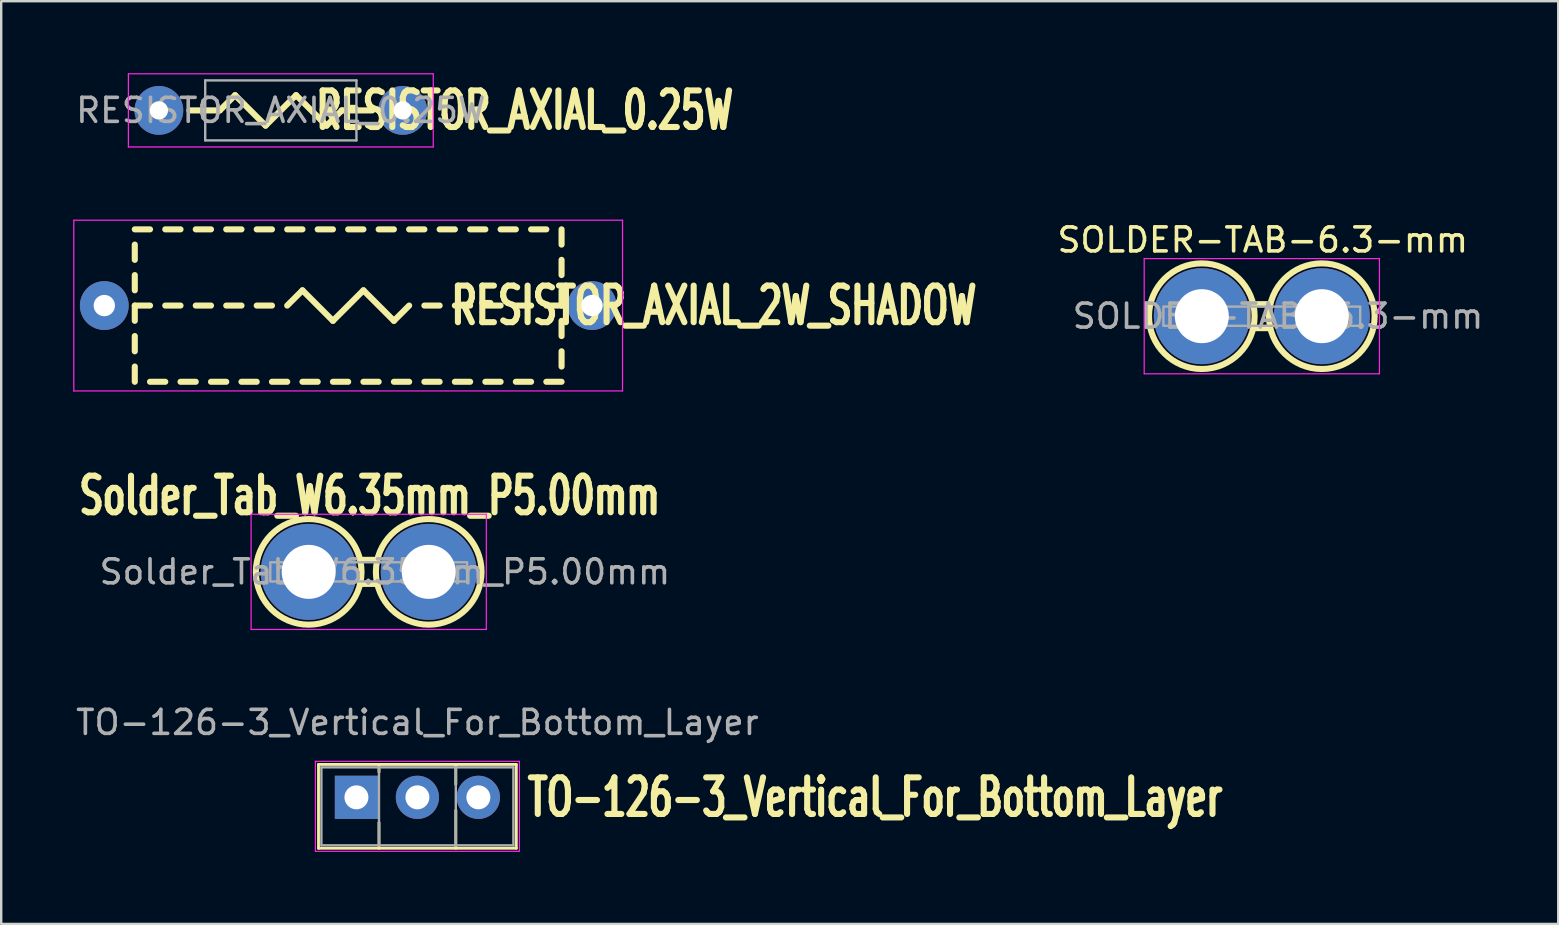
<source format=kicad_pcb>
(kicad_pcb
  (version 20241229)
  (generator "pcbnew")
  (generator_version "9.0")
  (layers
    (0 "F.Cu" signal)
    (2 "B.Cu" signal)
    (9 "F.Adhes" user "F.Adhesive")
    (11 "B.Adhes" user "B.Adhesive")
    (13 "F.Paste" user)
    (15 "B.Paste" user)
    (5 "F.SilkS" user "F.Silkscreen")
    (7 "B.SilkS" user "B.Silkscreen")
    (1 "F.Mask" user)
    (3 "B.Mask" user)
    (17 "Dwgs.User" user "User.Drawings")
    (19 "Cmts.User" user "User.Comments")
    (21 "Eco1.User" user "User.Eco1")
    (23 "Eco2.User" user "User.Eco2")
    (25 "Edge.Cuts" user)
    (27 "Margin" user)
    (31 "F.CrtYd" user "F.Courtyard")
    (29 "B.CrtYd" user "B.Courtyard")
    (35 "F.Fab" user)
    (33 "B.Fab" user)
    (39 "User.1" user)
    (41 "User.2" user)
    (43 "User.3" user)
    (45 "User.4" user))
  (footprint "TO-126-3_Vertical_For_Bottom_Layer"
    (layer "F.Cu")
    (at 11.799 30.167)
    (property "Reference" "TO-126-3_Vertical_For_Bottom_Layer" (at 7 0 0) (layer "F.SilkS") (effects (font (size 1.524 1.016) (thickness 0.254)) (justify left)))
    (attr through_hole)
    (fp_line (start -1.58 -1.37) (end 6.66 -1.37) (stroke (width 0.12) (type solid)) (layer "F.SilkS"))
    (fp_line (start -1.58 2.12) (end -1.58 -1.37) (stroke (width 0.12) (type solid)) (layer "F.SilkS"))
    (fp_line (start -1.58 2.12) (end 6.66 2.12) (stroke (width 0.12) (type solid)) (layer "F.SilkS"))
    (fp_line (start 0.94 -1.05) (end 0.94 -1.37) (stroke (width 0.12) (type solid)) (layer "F.SilkS"))
    (fp_line (start 0.94 2.12) (end 0.94 1.05) (stroke (width 0.12) (type solid)) (layer "F.SilkS"))
    (fp_line (start 4.141 -0.54) (end 4.141 -1.37) (stroke (width 0.12) (type solid)) (layer "F.SilkS"))
    (fp_line (start 4.141 2.12) (end 4.141 0.54) (stroke (width 0.12) (type solid)) (layer "F.SilkS"))
    (fp_line (start 6.66 2.12) (end 6.66 -1.37) (stroke (width 0.12) (type solid)) (layer "F.SilkS"))
    (fp_line (start -1.71 -1.5) (end 6.79 -1.5) (stroke (width 0.05) (type solid)) (layer "F.CrtYd"))
    (fp_line (start -1.71 2.25) (end -1.71 -1.5) (stroke (width 0.05) (type solid)) (layer "F.CrtYd"))
    (fp_line (start 6.79 -1.5) (end 6.79 2.25) (stroke (width 0.05) (type solid)) (layer "F.CrtYd"))
    (fp_line (start 6.79 2.25) (end -1.71 2.25) (stroke (width 0.05) (type solid)) (layer "F.CrtYd"))
    (fp_line (start -1.46 -1.25) (end 6.54 -1.25) (stroke (width 0.1) (type solid)) (layer "F.Fab"))
    (fp_line (start -1.46 2) (end -1.46 -1.25) (stroke (width 0.1) (type solid)) (layer "F.Fab"))
    (fp_line (start 0.94 2) (end 0.94 -1.25) (stroke (width 0.1) (type solid)) (layer "F.Fab"))
    (fp_line (start 4.14 2) (end 4.14 -1.25) (stroke (width 0.1) (type solid)) (layer "F.Fab"))
    (fp_line (start 6.54 -1.25) (end 6.54 2) (stroke (width 0.1) (type solid)) (layer "F.Fab"))
    (fp_line (start 6.54 2) (end -1.46 2) (stroke (width 0.1) (type solid)) (layer "F.Fab"))
    (fp_text user "${REFERENCE}" (at 2.54 -3.12 0) (layer "F.Fab") (effects (font (size 1 1) (thickness 0.15))))
    (pad "1" thru_hole oval (at 2.54 0 180) (size 1.8 1.8) (drill 1) (layers "*.Cu" "*.Mask"))
    (pad "2" thru_hole oval (at 5.08 0 180) (size 1.8 1.8) (drill 1) (layers "*.Cu" "*.Mask"))
    (pad "3" thru_hole rect (at 0 0 180) (size 1.8 1.8) (drill 1) (layers "*.Cu" "*.Mask")))
  (footprint "RESISTOR_AXIAL_0.25W"
    (layer "F.Cu")
    (at 8.649 1.549)
    (property "Reference" "RESISTOR_AXIAL_0.25W" (at 10.16 0 0) (layer "F.SilkS") (effects (font (size 1.524 1.016) (thickness 0.254))))
    (attr through_hole)
    (fp_line (start -2.54 0) (end -3.81 0) (stroke (width 0.254) (type solid)) (layer "F.SilkS"))
    (fp_line (start -2.54 0) (end -1.905 -0.635) (stroke (width 0.254) (type solid)) (layer "F.SilkS"))
    (fp_line (start -1.905 -0.635) (end -0.635 0.635) (stroke (width 0.254) (type solid)) (layer "F.SilkS"))
    (fp_line (start -0.635 0.635) (end 0.635 -0.635) (stroke (width 0.254) (type solid)) (layer "F.SilkS"))
    (fp_line (start 0.635 -0.635) (end 1.905 0.635) (stroke (width 0.254) (type solid)) (layer "F.SilkS"))
    (fp_line (start 1.905 0.635) (end 2.54 0) (stroke (width 0.254) (type solid)) (layer "F.SilkS"))
    (fp_line (start 2.54 0) (end 3.81 0) (stroke (width 0.254) (type solid)) (layer "F.SilkS"))
    (fp_line (start -6.35 -1.524) (end -6.35 1.524) (stroke (width 0.051) (type solid)) (layer "F.CrtYd"))
    (fp_line (start -6.35 1.524) (end 6.35 1.524) (stroke (width 0.051) (type solid)) (layer "F.CrtYd"))
    (fp_line (start 6.35 -1.524) (end -6.35 -1.524) (stroke (width 0.051) (type solid)) (layer "F.CrtYd"))
    (fp_line (start 6.35 1.524) (end 6.35 -1.524) (stroke (width 0.051) (type solid)) (layer "F.CrtYd"))
    (fp_line (start -3.15 -1.25) (end -3.15 1.25) (stroke (width 0.1) (type solid)) (layer "F.Fab"))
    (fp_line (start -3.15 1.25) (end 3.15 1.25) (stroke (width 0.1) (type solid)) (layer "F.Fab"))
    (fp_line (start 3.15 -1.25) (end -3.15 -1.25) (stroke (width 0.1) (type solid)) (layer "F.Fab"))
    (fp_line (start 3.15 1.25) (end 3.15 -1.25) (stroke (width 0.1) (type solid)) (layer "F.Fab"))
    (fp_text user "${REFERENCE}" (at 0 0 0) (layer "F.Fab") (effects (font (size 1 1) (thickness 0.15))))
    (pad "1" thru_hole circle (at -5.08 0) (size 2.032 2.032) (drill 0.762) (layers "*.Cu" "*.Mask"))
    (pad "2" thru_hole circle (at 5.08 0) (size 2.032 2.032) (drill 0.762) (layers "*.Cu" "*.Mask")))
  (footprint "SOLDER-TAB-6.3-mm"
    (layer "F.Cu")
    (at 47.017 10.122)
    (property "Reference" "SOLDER-TAB-6.3-mm" (at 2.54 -3.175 0) (unlocked yes) (layer "F.SilkS") (effects (font (size 1 1) (thickness 0.15))))
    (attr smd)
    (fp_line (start 2.2 -0.5) (end 2.8 -0.5) (stroke (width 0.254) (type solid)) (layer "F.SilkS"))
    (fp_line (start 2.2 0.5) (end 2.8 0.5) (stroke (width 0.254) (type solid)) (layer "F.SilkS"))
    (fp_circle (center 0 0) (end -2.2 0) (stroke (width 0.254) (type solid)) (fill no) (layer "F.SilkS"))
    (fp_circle (center 5 0) (end 2.8 0) (stroke (width 0.254) (type solid)) (fill no) (layer "F.SilkS"))
    (fp_line (start -2.4 -2.4) (end -2.4 2.4) (stroke (width 0.05) (type solid)) (layer "F.CrtYd"))
    (fp_line (start -2.4 2.4) (end 7.4 2.4) (stroke (width 0.05) (type solid)) (layer "F.CrtYd"))
    (fp_line (start 7.4 -2.4) (end -2.4 -2.4) (stroke (width 0.05) (type solid)) (layer "F.CrtYd"))
    (fp_line (start 7.4 2.4) (end 7.4 -2.4) (stroke (width 0.05) (type solid)) (layer "F.CrtYd"))
    (fp_rect (start -1.6 0.4) (end 6.6 -0.4) (stroke (width 0.1) (type solid)) (fill no) (layer "F.Fab"))
    (fp_text user "${REFERENCE}" (at 3.175 0 0) (unlocked yes) (layer "F.Fab") (effects (font (size 1 1) (thickness 0.15))))
    (pad "1" thru_hole circle (at 0 0) (size 4 4) (drill 2.25) (layers "*.Cu" "*.Mask"))
    (pad "2" thru_hole circle (at 5 0) (size 4 4) (drill 2.25) (layers "*.Cu" "*.Mask")))
  (footprint "RESISTOR_AXIAL_2W_SHADOW"
    (layer "F.Cu")
    (at 11.455 9.68)
    (property "Reference" "RESISTOR_AXIAL_2W_SHADOW" (at 15.24 0 0) (layer "F.SilkS") (effects (font (size 1.524 1.016) (thickness 0.254))))
    (attr through_hole)
    (fp_line (start -8.89 -3.175) (end -8.255 -3.175) (stroke (width 0.254) (type solid)) (layer "F.SilkS"))
    (fp_line (start -8.89 -1.905) (end -8.89 -2.54) (stroke (width 0.254) (type solid)) (layer "F.SilkS"))
    (fp_line (start -8.89 -0.635) (end -8.89 -1.27) (stroke (width 0.254) (type solid)) (layer "F.SilkS"))
    (fp_line (start -8.89 0) (end -8.255 0) (stroke (width 0.254) (type solid)) (layer "F.SilkS"))
    (fp_line (start -8.89 0.635) (end -8.89 0) (stroke (width 0.254) (type solid)) (layer "F.SilkS"))
    (fp_line (start -8.89 1.905) (end -8.89 1.27) (stroke (width 0.254) (type solid)) (layer "F.SilkS"))
    (fp_line (start -8.89 3.175) (end -8.89 2.54) (stroke (width 0.254) (type solid)) (layer "F.SilkS"))
    (fp_line (start -8.255 3.175) (end -7.62 3.175) (stroke (width 0.254) (type solid)) (layer "F.SilkS"))
    (fp_line (start -7.62 -3.175) (end -6.985 -3.175) (stroke (width 0.254) (type solid)) (layer "F.SilkS"))
    (fp_line (start -7.62 0) (end -6.985 0) (stroke (width 0.254) (type solid)) (layer "F.SilkS"))
    (fp_line (start -6.985 3.175) (end -6.35 3.175) (stroke (width 0.254) (type solid)) (layer "F.SilkS"))
    (fp_line (start -6.35 -3.175) (end -5.715 -3.175) (stroke (width 0.254) (type solid)) (layer "F.SilkS"))
    (fp_line (start -6.35 0) (end -5.715 0) (stroke (width 0.254) (type solid)) (layer "F.SilkS"))
    (fp_line (start -5.715 3.175) (end -5.08 3.175) (stroke (width 0.254) (type solid)) (layer "F.SilkS"))
    (fp_line (start -5.08 -3.175) (end -4.445 -3.175) (stroke (width 0.254) (type solid)) (layer "F.SilkS"))
    (fp_line (start -5.08 0) (end -4.445 0) (stroke (width 0.254) (type solid)) (layer "F.SilkS"))
    (fp_line (start -4.445 3.175) (end -3.81 3.175) (stroke (width 0.254) (type solid)) (layer "F.SilkS"))
    (fp_line (start -3.81 -3.175) (end -3.175 -3.175) (stroke (width 0.254) (type solid)) (layer "F.SilkS"))
    (fp_line (start -3.81 0) (end -3.175 0) (stroke (width 0.254) (type solid)) (layer "F.SilkS"))
    (fp_line (start -3.175 3.175) (end -2.54 3.175) (stroke (width 0.254) (type solid)) (layer "F.SilkS"))
    (fp_line (start -2.54 -3.175) (end -1.905 -3.175) (stroke (width 0.254) (type solid)) (layer "F.SilkS"))
    (fp_line (start -1.905 -0.635) (end -2.54 0) (stroke (width 0.254) (type solid)) (layer "F.SilkS"))
    (fp_line (start -1.905 3.175) (end -1.27 3.175) (stroke (width 0.254) (type solid)) (layer "F.SilkS"))
    (fp_line (start -1.27 -3.175) (end -0.635 -3.175) (stroke (width 0.254) (type solid)) (layer "F.SilkS"))
    (fp_line (start -0.635 0.635) (end -1.905 -0.635) (stroke (width 0.254) (type solid)) (layer "F.SilkS"))
    (fp_line (start -0.635 3.175) (end 0 3.175) (stroke (width 0.254) (type solid)) (layer "F.SilkS"))
    (fp_line (start 0 -3.175) (end 0.635 -3.175) (stroke (width 0.254) (type solid)) (layer "F.SilkS"))
    (fp_line (start 0.635 -0.635) (end -0.635 0.635) (stroke (width 0.254) (type solid)) (layer "F.SilkS"))
    (fp_line (start 0.635 -0.635) (end 1.905 0.635) (stroke (width 0.254) (type solid)) (layer "F.SilkS"))
    (fp_line (start 0.635 3.175) (end 1.27 3.175) (stroke (width 0.254) (type solid)) (layer "F.SilkS"))
    (fp_line (start 1.27 -3.175) (end 1.905 -3.175) (stroke (width 0.254) (type solid)) (layer "F.SilkS"))
    (fp_line (start 1.905 0.635) (end 2.54 0) (stroke (width 0.254) (type solid)) (layer "F.SilkS"))
    (fp_line (start 1.905 3.175) (end 2.54 3.175) (stroke (width 0.254) (type solid)) (layer "F.SilkS"))
    (fp_line (start 2.54 -3.175) (end 3.175 -3.175) (stroke (width 0.254) (type solid)) (layer "F.SilkS"))
    (fp_line (start 3.175 0) (end 3.81 0) (stroke (width 0.254) (type solid)) (layer "F.SilkS"))
    (fp_line (start 3.175 3.175) (end 3.81 3.175) (stroke (width 0.254) (type solid)) (layer "F.SilkS"))
    (fp_line (start 3.81 -3.175) (end 4.445 -3.175) (stroke (width 0.254) (type solid)) (layer "F.SilkS"))
    (fp_line (start 4.445 0) (end 5.08 0) (stroke (width 0.254) (type solid)) (layer "F.SilkS"))
    (fp_line (start 4.445 3.175) (end 5.08 3.175) (stroke (width 0.254) (type solid)) (layer "F.SilkS"))
    (fp_line (start 5.08 -3.175) (end 5.715 -3.175) (stroke (width 0.254) (type solid)) (layer "F.SilkS"))
    (fp_line (start 5.715 0) (end 6.35 0) (stroke (width 0.254) (type solid)) (layer "F.SilkS"))
    (fp_line (start 5.715 3.175) (end 6.35 3.175) (stroke (width 0.254) (type solid)) (layer "F.SilkS"))
    (fp_line (start 6.35 -3.175) (end 6.985 -3.175) (stroke (width 0.254) (type solid)) (layer "F.SilkS"))
    (fp_line (start 6.985 0) (end 7.62 0) (stroke (width 0.254) (type solid)) (layer "F.SilkS"))
    (fp_line (start 6.985 3.175) (end 7.62 3.175) (stroke (width 0.254) (type solid)) (layer "F.SilkS"))
    (fp_line (start 7.62 -3.175) (end 8.255 -3.175) (stroke (width 0.254) (type solid)) (layer "F.SilkS"))
    (fp_line (start 8.255 0) (end 8.89 0) (stroke (width 0.254) (type solid)) (layer "F.SilkS"))
    (fp_line (start 8.255 3.175) (end 8.89 3.175) (stroke (width 0.254) (type solid)) (layer "F.SilkS"))
    (fp_line (start 8.89 -2.54) (end 8.89 -3.175) (stroke (width 0.254) (type solid)) (layer "F.SilkS"))
    (fp_line (start 8.89 -1.27) (end 8.89 -1.905) (stroke (width 0.254) (type solid)) (layer "F.SilkS"))
    (fp_line (start 8.89 0) (end 8.89 -0.635) (stroke (width 0.254) (type solid)) (layer "F.SilkS"))
    (fp_line (start 8.89 1.27) (end 8.89 0.635) (stroke (width 0.254) (type solid)) (layer "F.SilkS"))
    (fp_line (start 8.89 2.54) (end 8.89 1.905) (stroke (width 0.254) (type solid)) (layer "F.SilkS"))
    (fp_line (start -11.43 -3.556) (end 11.43 -3.556) (stroke (width 0.051) (type solid)) (layer "F.CrtYd"))
    (fp_line (start -11.43 3.556) (end -11.43 -3.556) (stroke (width 0.051) (type solid)) (layer "F.CrtYd"))
    (fp_line (start 11.43 -3.556) (end 11.43 3.556) (stroke (width 0.051) (type solid)) (layer "F.CrtYd"))
    (fp_line (start 11.43 3.556) (end -11.43 3.556) (stroke (width 0.051) (type solid)) (layer "F.CrtYd"))
    (pad "1" thru_hole circle (at -10.16 0) (size 2.032 2.032) (drill 0.889) (layers "*.Cu" "*.Mask"))
    (pad "2" thru_hole circle (at 10.16 0) (size 2.032 2.032) (drill 0.889) (layers "*.Cu" "*.Mask")))
  (footprint "Solder_Tab_W6.35mm_P5.00mm"
    (layer "F.Cu")
    (at 9.81 20.774)
    (property "Reference" "Solder_Tab_W6.35mm_P5.00mm" (at 2.54 -3.175 0) (unlocked yes) (layer "F.SilkS") (effects (font (size 1.524 1.016) (thickness 0.254))))
    (attr smd)
    (fp_line (start 2.2 -0.5) (end 2.8 -0.5) (stroke (width 0.254) (type solid)) (layer "F.SilkS"))
    (fp_line (start 2.2 0.5) (end 2.8 0.5) (stroke (width 0.254) (type solid)) (layer "F.SilkS"))
    (fp_circle (center 0 0) (end -2.2 0) (stroke (width 0.254) (type solid)) (fill no) (layer "F.SilkS"))
    (fp_circle (center 5 0) (end 2.8 0) (stroke (width 0.254) (type solid)) (fill no) (layer "F.SilkS"))
    (fp_line (start -2.4 -2.4) (end -2.4 2.4) (stroke (width 0.05) (type solid)) (layer "F.CrtYd"))
    (fp_line (start -2.4 2.4) (end 7.4 2.4) (stroke (width 0.05) (type solid)) (layer "F.CrtYd"))
    (fp_line (start 7.4 -2.4) (end -2.4 -2.4) (stroke (width 0.05) (type solid)) (layer "F.CrtYd"))
    (fp_line (start 7.4 2.4) (end 7.4 -2.4) (stroke (width 0.05) (type solid)) (layer "F.CrtYd"))
    (fp_rect (start -1.6 0.4) (end 6.6 -0.4) (stroke (width 0.1) (type solid)) (fill no) (layer "F.Fab"))
    (fp_text user "${REFERENCE}" (at 3.175 0 0) (unlocked yes) (layer "F.Fab") (effects (font (size 1 1) (thickness 0.15))))
    (pad "1" thru_hole circle (at 0 0) (size 4 4) (drill 2.25) (layers "*.Cu" "*.Mask"))
    (pad "1" thru_hole circle (at 5 0) (size 4 4) (drill 2.25) (layers "*.Cu" "*.Mask")))
  (gr_rect
    (start -3 -3)
    (end 61.865 35.442)
    (stroke (width 0.1) (type default))
    (fill no)
    (layer "Edge.Cuts")))
</source>
